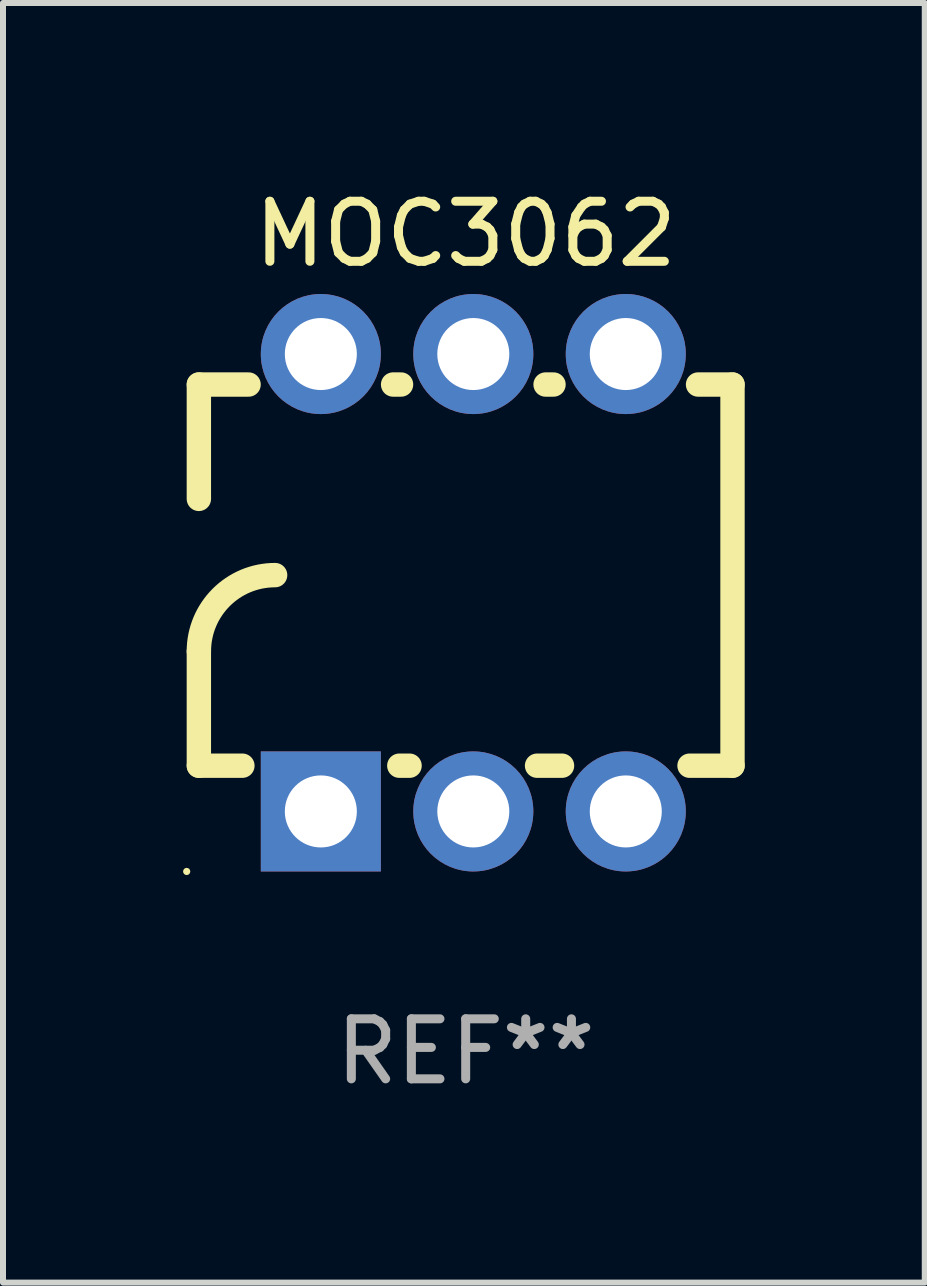
<source format=kicad_pcb>
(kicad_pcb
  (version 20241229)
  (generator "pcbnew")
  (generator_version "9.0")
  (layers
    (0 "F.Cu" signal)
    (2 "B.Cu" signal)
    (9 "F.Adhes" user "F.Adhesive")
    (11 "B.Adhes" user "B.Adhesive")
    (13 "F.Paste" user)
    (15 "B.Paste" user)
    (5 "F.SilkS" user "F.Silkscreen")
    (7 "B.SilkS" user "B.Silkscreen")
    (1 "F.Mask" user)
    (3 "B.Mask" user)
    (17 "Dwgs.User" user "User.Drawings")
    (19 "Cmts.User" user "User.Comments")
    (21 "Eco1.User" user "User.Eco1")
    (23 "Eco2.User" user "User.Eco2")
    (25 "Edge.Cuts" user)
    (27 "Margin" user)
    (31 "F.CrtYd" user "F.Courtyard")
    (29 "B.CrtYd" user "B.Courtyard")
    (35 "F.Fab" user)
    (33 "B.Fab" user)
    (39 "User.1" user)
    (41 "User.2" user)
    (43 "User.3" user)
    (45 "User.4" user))
  (footprint "MOC3062"
    (layer "F.Cu")
    (at 4.708 6.658)
    (property "Reference" "MOC3062" (at 0 -5.81 0) (layer "F.SilkS") (effects (font (size 1 1) (thickness 0.15))))
    (attr through_hole)
    (fp_line (start -4.445 -1.397) (end -4.445 -3.302) (stroke (width 0.406) (type solid)) (layer "F.SilkS"))
    (fp_line (start -4.445 3.048) (end -4.445 1.143) (stroke (width 0.406) (type solid)) (layer "F.SilkS"))
    (fp_line (start -4.445 3.048) (end -3.72 3.048) (stroke (width 0.406) (type solid)) (layer "F.SilkS"))
    (fp_line (start -3.617 -3.302) (end -4.445 -3.302) (stroke (width 0.406) (type solid)) (layer "F.SilkS"))
    (fp_line (start -1.106 3.048) (end -0.935 3.048) (stroke (width 0.406) (type solid)) (layer "F.SilkS"))
    (fp_line (start -1.077 -3.302) (end -1.209 -3.302) (stroke (width 0.406) (type solid)) (layer "F.SilkS"))
    (fp_line (start 1.189 3.048) (end 1.605 3.048) (stroke (width 0.406) (type solid)) (layer "F.SilkS"))
    (fp_line (start 1.463 -3.302) (end 1.331 -3.302) (stroke (width 0.406) (type solid)) (layer "F.SilkS"))
    (fp_line (start 3.729 3.048) (end 4.445 3.048) (stroke (width 0.406) (type solid)) (layer "F.SilkS"))
    (fp_line (start 4.445 -3.302) (end 3.871 -3.302) (stroke (width 0.406) (type solid)) (layer "F.SilkS"))
    (fp_line (start 4.445 -3.302) (end 4.445 3.048) (stroke (width 0.406) (type solid)) (layer "F.SilkS"))
    (fp_arc (start -4.444983 1.143002) (mid -4.073008 0.244974) (end -3.17498 -0.127) (stroke (width 0.4064) (type solid)) (layer "F.SilkS"))
    (fp_circle (center -4.648 4.81) (end -4.618 4.81) (stroke (width 0.06) (type solid)) (fill no) (layer "F.SilkS"))
    (fp_text user "REF**" (at 0 7.81 0) (layer "F.Fab") (effects (font (size 1 1) (thickness 0.15))))
    (pad "1" thru_hole rect (at -2.413 3.81 90) (size 2 2) (drill 1.2) (layers "*.Cu" "*.Mask"))
    (pad "2" thru_hole circle (at 0.127 3.81) (size 2 2) (drill 1.2) (layers "*.Cu" "*.Mask"))
    (pad "3" thru_hole circle (at 2.667 3.81) (size 2 2) (drill 1.2) (layers "*.Cu" "*.Mask"))
    (pad "4" thru_hole circle (at 2.667 -3.81) (size 2 2) (drill 1.2) (layers "*.Cu" "*.Mask"))
    (pad "5" thru_hole circle (at 0.127 -3.81) (size 2 2) (drill 1.2) (layers "*.Cu" "*.Mask"))
    (pad "6" thru_hole circle (at -2.413 -3.81) (size 2 2) (drill 1.2) (layers "*.Cu" "*.Mask")))
  (gr_rect
    (start -3 -3)
    (end 12.356 18.317)
    (stroke (width 0.1) (type default))
    (fill no)
    (layer "Edge.Cuts")))
</source>
